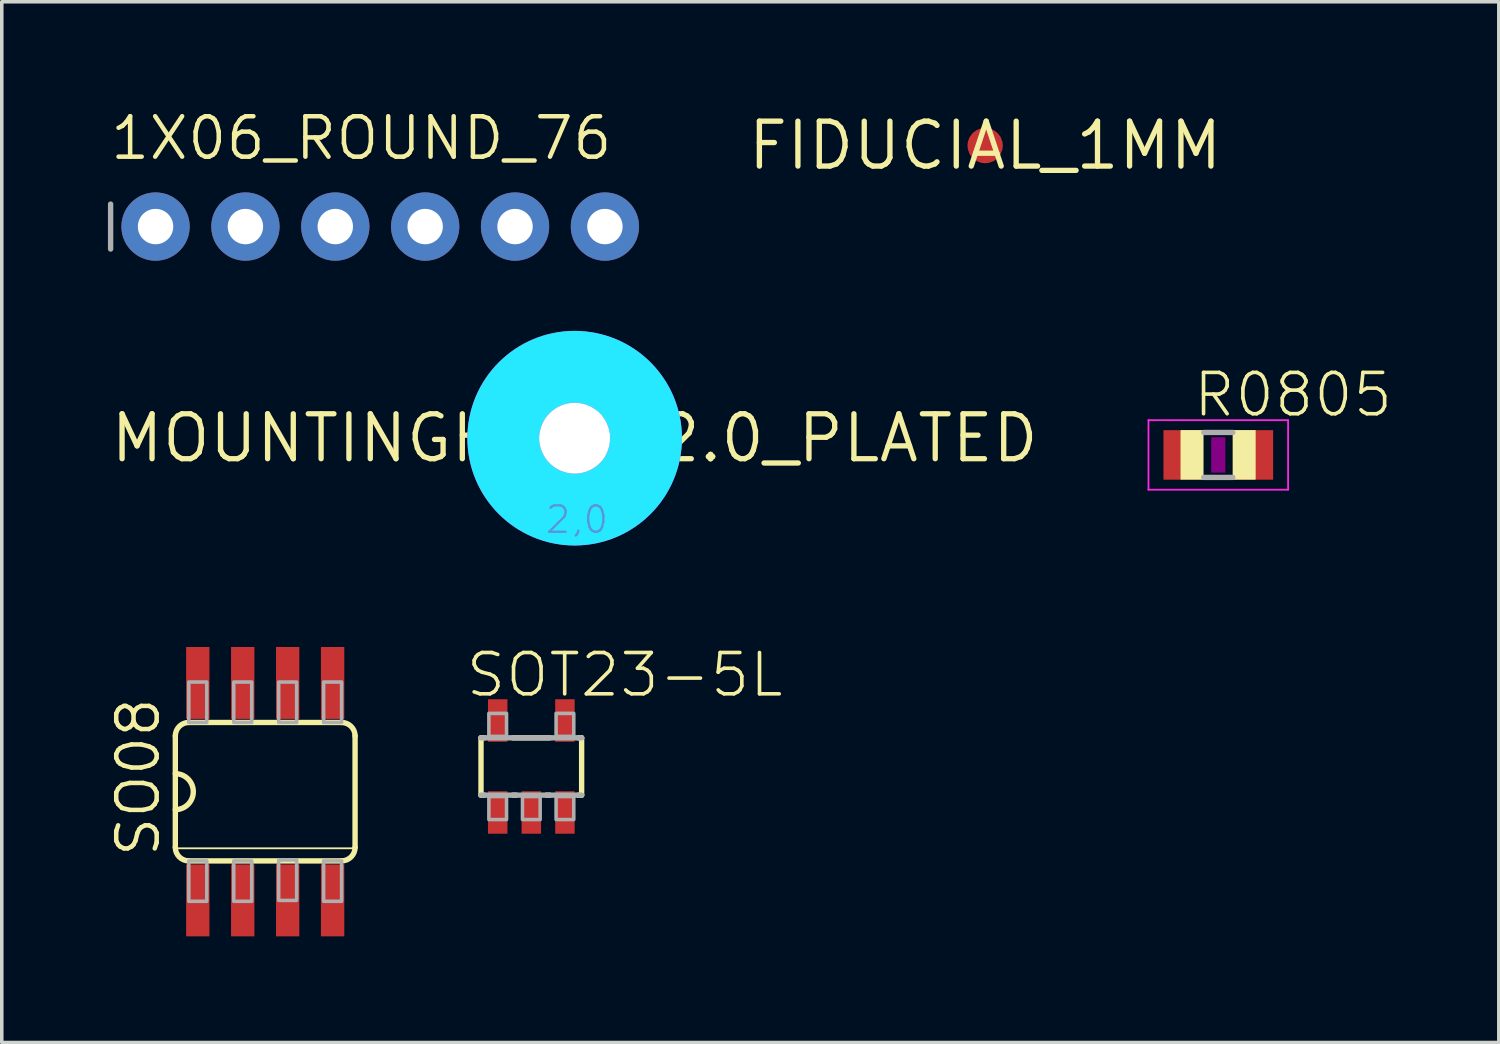
<source format=kicad_pcb>
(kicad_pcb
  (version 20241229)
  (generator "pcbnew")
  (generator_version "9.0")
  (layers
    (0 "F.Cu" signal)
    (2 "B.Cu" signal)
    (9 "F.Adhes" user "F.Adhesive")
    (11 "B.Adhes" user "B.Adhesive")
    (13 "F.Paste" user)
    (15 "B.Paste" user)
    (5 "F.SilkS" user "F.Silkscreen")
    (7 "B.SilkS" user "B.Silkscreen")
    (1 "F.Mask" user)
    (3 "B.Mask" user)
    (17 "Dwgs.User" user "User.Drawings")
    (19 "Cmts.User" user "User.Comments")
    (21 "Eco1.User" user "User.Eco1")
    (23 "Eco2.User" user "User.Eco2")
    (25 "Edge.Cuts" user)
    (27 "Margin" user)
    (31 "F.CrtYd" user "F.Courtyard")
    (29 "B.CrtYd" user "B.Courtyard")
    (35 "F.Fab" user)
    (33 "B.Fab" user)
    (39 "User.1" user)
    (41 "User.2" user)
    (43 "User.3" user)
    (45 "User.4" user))
  (footprint "SO08"
    (layer "F.Cu")
    (at 4.445 19.324)
    (property "Reference" "SO08" (at -2.921 1.905 90) (layer "F.SilkS") (effects (font (size 1.143 1.143) (thickness 0.127)) (justify left bottom)))
    (fp_line (start -2.54 -1.575) (end -2.54 1.575) (stroke (width 0.152) (type solid)) (layer "F.SilkS"))
    (fp_line (start -2.54 1.6) (end 2.54 1.6) (stroke (width 0.051) (type solid)) (layer "F.SilkS"))
    (fp_line (start -2.159 1.956) (end 2.159 1.956) (stroke (width 0.152) (type solid)) (layer "F.SilkS"))
    (fp_line (start 2.159 -1.956) (end -2.159 -1.956) (stroke (width 0.152) (type solid)) (layer "F.SilkS"))
    (fp_line (start 2.54 1.575) (end 2.54 -1.575) (stroke (width 0.152) (type solid)) (layer "F.SilkS"))
    (fp_arc (start -2.54 -1.5748) (mid -2.428408 -1.844208) (end -2.159 -1.9558) (stroke (width 0.1524) (type solid)) (layer "F.SilkS"))
    (fp_arc (start -2.54 -0.508) (mid -2.032 0) (end -2.54 0.508) (stroke (width 0.1524) (type solid)) (layer "F.SilkS"))
    (fp_arc (start -2.159 1.9558) (mid -2.428408 1.844208) (end -2.54 1.5748) (stroke (width 0.1524) (type solid)) (layer "F.SilkS"))
    (fp_arc (start 2.159 -1.9558) (mid 2.428408 -1.844208) (end 2.54 -1.5748) (stroke (width 0.1524) (type solid)) (layer "F.SilkS"))
    (fp_arc (start 2.54 1.5748) (mid 2.428408 1.844208) (end 2.159 1.9558) (stroke (width 0.1524) (type solid)) (layer "F.SilkS"))
    (fp_poly (pts (xy -2.159 -1.956) (xy -1.651 -1.956) (xy -1.651 -3.099) (xy -2.159 -3.099)) (stroke (width 0.1) (type default)) (fill no) (layer "F.Fab"))
    (fp_poly (pts (xy -2.159 3.099) (xy -1.651 3.099) (xy -1.651 1.956) (xy -2.159 1.956)) (stroke (width 0.1) (type default)) (fill no) (layer "F.Fab"))
    (fp_poly (pts (xy -0.889 -1.956) (xy -0.381 -1.956) (xy -0.381 -3.099) (xy -0.889 -3.099)) (stroke (width 0.1) (type default)) (fill no) (layer "F.Fab"))
    (fp_poly (pts (xy -0.889 3.099) (xy -0.381 3.099) (xy -0.381 1.956) (xy -0.889 1.956)) (stroke (width 0.1) (type default)) (fill no) (layer "F.Fab"))
    (fp_poly (pts (xy 0.381 -1.956) (xy 0.889 -1.956) (xy 0.889 -3.099) (xy 0.381 -3.099)) (stroke (width 0.1) (type default)) (fill no) (layer "F.Fab"))
    (fp_poly (pts (xy 0.381 3.073) (xy 0.889 3.073) (xy 0.889 1.93) (xy 0.381 1.93)) (stroke (width 0.1) (type default)) (fill no) (layer "F.Fab"))
    (fp_poly (pts (xy 1.651 -1.956) (xy 2.159 -1.956) (xy 2.159 -3.099) (xy 1.651 -3.099)) (stroke (width 0.1) (type default)) (fill no) (layer "F.Fab"))
    (fp_poly (pts (xy 1.651 3.099) (xy 2.159 3.099) (xy 2.159 1.956) (xy 1.651 1.956)) (stroke (width 0.1) (type default)) (fill no) (layer "F.Fab"))
    (pad "1" smd rect (at -1.905 3.073) (size 0.66 2.032) (layers "F.Cu" "F.Mask" "F.Paste"))
    (pad "2" smd rect (at -0.635 3.073) (size 0.66 2.032) (layers "F.Cu" "F.Mask" "F.Paste"))
    (pad "3" smd rect (at 0.635 3.073) (size 0.66 2.032) (layers "F.Cu" "F.Mask" "F.Paste"))
    (pad "4" smd rect (at 1.905 3.073) (size 0.66 2.032) (layers "F.Cu" "F.Mask" "F.Paste"))
    (pad "5" smd rect (at 1.905 -3.073) (size 0.66 2.032) (layers "F.Cu" "F.Mask" "F.Paste"))
    (pad "6" smd rect (at 0.635 -3.073) (size 0.66 2.032) (layers "F.Cu" "F.Mask" "F.Paste"))
    (pad "7" smd rect (at -0.635 -3.073) (size 0.66 2.032) (layers "F.Cu" "F.Mask" "F.Paste"))
    (pad "8" smd rect (at -1.905 -3.073) (size 0.66 2.032) (layers "F.Cu" "F.Mask" "F.Paste")))
  (footprint "MOUNTINGHOLE_2.0_PLATED"
    (layer "F.Cu")
    (at 13.191 9.334)
    (property "Reference" "MOUNTINGHOLE_2.0_PLATED" (at 0 0 0) (layer "F.SilkS") (effects (font (size 1.27 1.27) (thickness 0.15))))
    (fp_circle (center 0 0) (end 1.75 0) (stroke (width 0.152) (type solid)) (fill no) (layer "F.SilkS"))
    (fp_circle (center 0 0) (end 1 0) (stroke (width 2.032) (type solid)) (fill no) (layer "B.CrtYd"))
    (fp_circle (center 0 0) (end 1 0) (stroke (width 2.032) (type solid)) (fill no) (layer "F.CrtYd"))
    (fp_text user "2,0" (at -0.87 2.74 0) (layer "Cmts.User") (effects (font (size 0.748 0.748) (thickness 0.065)) (justify left bottom)))
    (pad "P$1" thru_hole circle (at 0 0) (size 3 3) (drill 2) (layers "*.Cu" "*.Mask"))
    (zone (net_name "") (layer "F.Cu") (hatch edge 0.5) (connect_pads) (min_thickness 0.25) (filled_areas_thickness no) (keepout (tracks not_allowed) (vias not_allowed) (pads not_allowed) (copperpour not_allowed) (footprints allowed)) (placement (enabled no)) (fill) (polygon (pts (xy 15.207 9.334) (xy 15.187 9.053) (xy 15.129 8.778) (xy 15.033 8.514) (xy 14.901 8.266) (xy 14.735 8.038) (xy 14.54 7.836) (xy 14.318 7.663) (xy 14.075 7.522) (xy 13.814 7.417) (xy 13.541 7.349) (xy 13.261 7.319) (xy 12.98 7.329) (xy 12.703 7.378) (xy 12.436 7.465) (xy 12.183 7.588) (xy 11.95 7.745) (xy 11.741 7.934) (xy 11.56 8.149) (xy 11.411 8.388) (xy 11.297 8.644) (xy 11.219 8.915) (xy 11.18 9.193) (xy 11.18 9.475) (xy 11.219 9.753) (xy 11.297 10.024) (xy 11.411 10.28) (xy 11.56 10.519) (xy 11.741 10.734) (xy 11.95 10.923) (xy 12.183 11.08) (xy 12.436 11.203) (xy 12.703 11.29) (xy 12.98 11.339) (xy 13.261 11.349) (xy 13.541 11.319) (xy 13.814 11.251) (xy 14.075 11.146) (xy 14.318 11.005) (xy 14.54 10.832) (xy 14.735 10.63) (xy 14.901 10.402) (xy 15.033 10.154) (xy 15.129 9.89) (xy 15.187 9.615))) (polygon (pts (xy 13.175 9.334) (xy 13.18 9.345) (xy 13.191 9.35) (xy 13.202 9.345) (xy 13.207 9.334) (xy 13.202 9.323) (xy 13.191 9.318) (xy 13.18 9.323))))
    (zone (net_name "") (layers "F.Cu" "B.Cu") (hatch edge 0.5) (connect_pads) (min_thickness 0.25) (filled_areas_thickness no) (keepout (tracks allowed) (vias not_allowed) (pads allowed) (copperpour allowed) (footprints allowed)) (placement (enabled no)) (fill) (polygon (pts (xy 15.207 9.334) (xy 15.187 9.053) (xy 15.129 8.778) (xy 15.033 8.514) (xy 14.901 8.266) (xy 14.735 8.038) (xy 14.54 7.836) (xy 14.318 7.663) (xy 14.075 7.522) (xy 13.814 7.417) (xy 13.541 7.349) (xy 13.261 7.319) (xy 12.98 7.329) (xy 12.703 7.378) (xy 12.436 7.465) (xy 12.183 7.588) (xy 11.95 7.745) (xy 11.741 7.934) (xy 11.56 8.149) (xy 11.411 8.388) (xy 11.297 8.644) (xy 11.219 8.915) (xy 11.18 9.193) (xy 11.18 9.475) (xy 11.219 9.753) (xy 11.297 10.024) (xy 11.411 10.28) (xy 11.56 10.519) (xy 11.741 10.734) (xy 11.95 10.923) (xy 12.183 11.08) (xy 12.436 11.203) (xy 12.703 11.29) (xy 12.98 11.339) (xy 13.261 11.349) (xy 13.541 11.319) (xy 13.814 11.251) (xy 14.075 11.146) (xy 14.318 11.005) (xy 14.54 10.832) (xy 14.735 10.63) (xy 14.901 10.402) (xy 15.033 10.154) (xy 15.129 9.89) (xy 15.187 9.615))) (polygon (pts (xy 13.175 9.334) (xy 13.18 9.345) (xy 13.191 9.35) (xy 13.202 9.345) (xy 13.207 9.334) (xy 13.202 9.323) (xy 13.191 9.318) (xy 13.18 9.323))))
    (zone (net_name "") (layer "B.Cu") (hatch edge 0.5) (connect_pads) (min_thickness 0.25) (filled_areas_thickness no) (keepout (tracks not_allowed) (vias not_allowed) (pads not_allowed) (copperpour not_allowed) (footprints allowed)) (placement (enabled no)) (fill) (polygon (pts (xy 15.207 9.334) (xy 15.187 9.053) (xy 15.129 8.778) (xy 15.033 8.514) (xy 14.901 8.266) (xy 14.735 8.038) (xy 14.54 7.836) (xy 14.318 7.663) (xy 14.075 7.522) (xy 13.814 7.417) (xy 13.541 7.349) (xy 13.261 7.319) (xy 12.98 7.329) (xy 12.703 7.378) (xy 12.436 7.465) (xy 12.183 7.588) (xy 11.95 7.745) (xy 11.741 7.934) (xy 11.56 8.149) (xy 11.411 8.388) (xy 11.297 8.644) (xy 11.219 8.915) (xy 11.18 9.193) (xy 11.18 9.475) (xy 11.219 9.753) (xy 11.297 10.024) (xy 11.411 10.28) (xy 11.56 10.519) (xy 11.741 10.734) (xy 11.95 10.923) (xy 12.183 11.08) (xy 12.436 11.203) (xy 12.703 11.29) (xy 12.98 11.339) (xy 13.261 11.349) (xy 13.541 11.319) (xy 13.814 11.251) (xy 14.075 11.146) (xy 14.318 11.005) (xy 14.54 10.832) (xy 14.735 10.63) (xy 14.901 10.402) (xy 15.033 10.154) (xy 15.129 9.89) (xy 15.187 9.615))) (polygon (pts (xy 13.175 9.334) (xy 13.18 9.345) (xy 13.191 9.35) (xy 13.202 9.345) (xy 13.207 9.334) (xy 13.202 9.323) (xy 13.191 9.318) (xy 13.18 9.323)))))
  (footprint "R0805"
    (layer "F.Cu")
    (at 31.381 9.807)
    (property "Reference" "R0805" (at -0.762 -1.016 0) (layer "F.SilkS") (effects (font (size 1.168 1.168) (thickness 0.102)) (justify left bottom)))
    (fp_poly (pts (xy -1.067 0.699) (xy -0.417 0.699) (xy -0.417 -0.702) (xy -1.067 -0.702)) (stroke (width 0) (type default)) (fill yes) (layer "F.SilkS"))
    (fp_poly (pts (xy 0.406 0.699) (xy 1.056 0.699) (xy 1.056 -0.702) (xy 0.406 -0.702)) (stroke (width 0) (type default)) (fill yes) (layer "F.SilkS"))
    (fp_poly (pts (xy -0.2 0.5) (xy 0.2 0.5) (xy 0.2 -0.5) (xy -0.2 -0.5)) (stroke (width 0) (type default)) (fill yes) (layer "F.Adhes"))
    (fp_line (start -1.973 -0.983) (end 1.973 -0.983) (stroke (width 0.051) (type solid)) (layer "F.CrtYd"))
    (fp_line (start -1.973 0.983) (end -1.973 -0.983) (stroke (width 0.051) (type solid)) (layer "F.CrtYd"))
    (fp_line (start 1.973 -0.983) (end 1.973 0.983) (stroke (width 0.051) (type solid)) (layer "F.CrtYd"))
    (fp_line (start 1.973 0.983) (end -1.973 0.983) (stroke (width 0.051) (type solid)) (layer "F.CrtYd"))
    (fp_line (start -0.41 -0.635) (end 0.41 -0.635) (stroke (width 0.152) (type solid)) (layer "F.Fab"))
    (fp_line (start -0.41 0.635) (end 0.41 0.635) (stroke (width 0.152) (type solid)) (layer "F.Fab"))
    (pad "1" smd rect (at -1 0) (size 1.1 1.4) (layers "F.Cu" "F.Mask" "F.Paste"))
    (pad "2" smd rect (at 1 0) (size 1.1 1.4) (layers "F.Cu" "F.Mask" "F.Paste")))
  (footprint "SOT23-5L"
    (layer "F.Cu")
    (at 11.966 18.612)
    (property "Reference" "SOT23-5L" (at -1.905 -1.905 0) (layer "F.SilkS") (effects (font (size 1.168 1.168) (thickness 0.102)) (justify left bottom)))
    (fp_line (start -1.422 -0.81) (end -1.328 -0.81) (stroke (width 0.152) (type solid)) (layer "F.SilkS"))
    (fp_line (start -1.422 0.81) (end -1.422 -0.81) (stroke (width 0.152) (type solid)) (layer "F.SilkS"))
    (fp_line (start -1.328 0.81) (end -1.422 0.81) (stroke (width 0.152) (type solid)) (layer "F.SilkS"))
    (fp_line (start -0.522 -0.81) (end 0.522 -0.81) (stroke (width 0.152) (type solid)) (layer "F.SilkS"))
    (fp_line (start -0.428 0.81) (end -0.522 0.81) (stroke (width 0.152) (type solid)) (layer "F.SilkS"))
    (fp_line (start 0.522 0.81) (end 0.428 0.81) (stroke (width 0.152) (type solid)) (layer "F.SilkS"))
    (fp_line (start 1.328 -0.81) (end 1.422 -0.81) (stroke (width 0.152) (type solid)) (layer "F.SilkS"))
    (fp_line (start 1.422 -0.81) (end 1.422 0.81) (stroke (width 0.152) (type solid)) (layer "F.SilkS"))
    (fp_line (start 1.422 0.81) (end 1.328 0.81) (stroke (width 0.152) (type solid)) (layer "F.SilkS"))
    (fp_line (start -1.422 -0.81) (end 1.422 -0.81) (stroke (width 0.152) (type solid)) (layer "F.Fab"))
    (fp_line (start 1.422 0.81) (end -1.422 0.81) (stroke (width 0.152) (type solid)) (layer "F.Fab"))
    (fp_poly (pts (xy -1.2 -0.85) (xy -0.7 -0.85) (xy -0.7 -1.5) (xy -1.2 -1.5)) (stroke (width 0.1) (type default)) (fill no) (layer "F.Fab"))
    (fp_poly (pts (xy -1.2 1.5) (xy -0.7 1.5) (xy -0.7 0.85) (xy -1.2 0.85)) (stroke (width 0.1) (type default)) (fill no) (layer "F.Fab"))
    (fp_poly (pts (xy -0.25 1.5) (xy 0.25 1.5) (xy 0.25 0.85) (xy -0.25 0.85)) (stroke (width 0.1) (type default)) (fill no) (layer "F.Fab"))
    (fp_poly (pts (xy 0.7 -0.85) (xy 1.2 -0.85) (xy 1.2 -1.5) (xy 0.7 -1.5)) (stroke (width 0.1) (type default)) (fill no) (layer "F.Fab"))
    (fp_poly (pts (xy 0.7 1.5) (xy 1.2 1.5) (xy 1.2 0.85) (xy 0.7 0.85)) (stroke (width 0.1) (type default)) (fill no) (layer "F.Fab"))
    (pad "1" smd rect (at -0.95 1.3) (size 0.55 1.2) (layers "F.Cu" "F.Mask" "F.Paste"))
    (pad "2" smd rect (at 0 1.3) (size 0.55 1.2) (layers "F.Cu" "F.Mask" "F.Paste"))
    (pad "3" smd rect (at 0.95 1.3) (size 0.55 1.2) (layers "F.Cu" "F.Mask" "F.Paste"))
    (pad "4" smd rect (at 0.95 -1.3) (size 0.55 1.2) (layers "F.Cu" "F.Mask" "F.Paste"))
    (pad "5" smd rect (at -0.95 -1.3) (size 0.55 1.2) (layers "F.Cu" "F.Mask" "F.Paste")))
  (footprint "1X06_ROUND_76"
    (layer "F.Cu")
    (at 7.696 3.353)
    (property "Reference" "1X06_ROUND_76" (at -7.696 -1.829 0) (layer "F.SilkS") (effects (font (size 1.143 1.143) (thickness 0.127)) (justify left bottom)))
    (fp_line (start -7.62 -0.635) (end -7.62 0.635) (stroke (width 0.152) (type solid)) (layer "F.Fab"))
    (fp_poly (pts (xy -6.604 0.254) (xy -6.096 0.254) (xy -6.096 -0.254) (xy -6.604 -0.254)) (stroke (width 0.1) (type default)) (fill no) (layer "F.Fab"))
    (fp_poly (pts (xy -4.064 0.254) (xy -3.556 0.254) (xy -3.556 -0.254) (xy -4.064 -0.254)) (stroke (width 0.1) (type default)) (fill no) (layer "F.Fab"))
    (fp_poly (pts (xy -1.524 0.254) (xy -1.016 0.254) (xy -1.016 -0.254) (xy -1.524 -0.254)) (stroke (width 0.1) (type default)) (fill no) (layer "F.Fab"))
    (fp_poly (pts (xy 1.016 0.254) (xy 1.524 0.254) (xy 1.524 -0.254) (xy 1.016 -0.254)) (stroke (width 0.1) (type default)) (fill no) (layer "F.Fab"))
    (fp_poly (pts (xy 3.556 0.254) (xy 4.064 0.254) (xy 4.064 -0.254) (xy 3.556 -0.254)) (stroke (width 0.1) (type default)) (fill no) (layer "F.Fab"))
    (fp_poly (pts (xy 6.096 0.254) (xy 6.604 0.254) (xy 6.604 -0.254) (xy 6.096 -0.254)) (stroke (width 0.1) (type default)) (fill no) (layer "F.Fab"))
    (pad "1" thru_hole circle (at -6.35 0 90) (size 1.93 1.93) (drill 1) (layers "*.Cu" "*.Mask"))
    (pad "2" thru_hole circle (at -3.81 0 90) (size 1.93 1.93) (drill 1) (layers "*.Cu" "*.Mask"))
    (pad "3" thru_hole circle (at -1.27 0 90) (size 1.93 1.93) (drill 1) (layers "*.Cu" "*.Mask"))
    (pad "4" thru_hole circle (at 1.27 0 90) (size 1.93 1.93) (drill 1) (layers "*.Cu" "*.Mask"))
    (pad "5" thru_hole circle (at 3.81 0 90) (size 1.93 1.93) (drill 1) (layers "*.Cu" "*.Mask"))
    (pad "6" thru_hole circle (at 6.35 0 90) (size 1.93 1.93) (drill 1) (layers "*.Cu" "*.Mask")))
  (footprint "FIDUCIAL_1MM"
    (layer "F.Cu")
    (at 24.792 1.064)
    (property "Reference" "FIDUCIAL_1MM" (at 0 0 0) (layer "F.SilkS") (effects (font (size 1.27 1.27) (thickness 0.15))))
    (fp_poly (pts (xy 0.404 -0.984) (xy 0.591 -0.885) (xy 0.752 -0.752) (xy 0.885 -0.591) (xy 0.983 -0.407) (xy 1.043 -0.208) (xy 1.064 0.003) (xy 0.984 0.404) (xy 0.885 0.591) (xy 0.752 0.752) (xy 0.591 0.885) (xy 0.407 0.983) (xy 0.208 1.043) (xy -0.003 1.064) (xy -0.404 0.984) (xy -0.591 0.885) (xy -0.752 0.752) (xy -0.885 0.591) (xy -0.983 0.407) (xy -1.043 0.208) (xy -1.064 -0.003) (xy -0.984 -0.404) (xy -0.885 -0.591) (xy -0.752 -0.752) (xy -0.591 -0.885) (xy -0.407 -0.983) (xy -0.208 -1.043) (xy 0.003 -1.064)) (stroke (width 0) (type default)) (fill yes) (layer "F.Mask"))
    (pad "1" smd roundrect (at 0 0) (size 1 1) (layers "F.Cu") (roundrect_rratio 0.5))
    (zone (net_name "") (layer "F.Cu") (hatch edge 0.5) (connect_pads) (min_thickness 0.25) (filled_areas_thickness no) (keepout (tracks not_allowed) (vias not_allowed) (pads not_allowed) (copperpour not_allowed) (footprints allowed)) (placement (enabled no)) (fill) (polygon (pts (xy 23.792 1.064) (xy 23.811 1.259) (xy 23.868 1.447) (xy 23.961 1.62) (xy 24.085 1.771) (xy 24.236 1.896) (xy 24.409 1.988) (xy 24.792 2.064) (xy 24.987 2.045) (xy 25.175 1.988) (xy 25.348 1.896) (xy 25.499 1.771) (xy 25.623 1.62) (xy 25.716 1.447) (xy 25.792 1.064) (xy 25.773 0.869) (xy 25.716 0.681) (xy 25.623 0.509) (xy 25.499 0.357) (xy 25.348 0.233) (xy 25.175 0.14) (xy 24.792 0.064) (xy 24.597 0.083) (xy 24.409 0.14) (xy 24.236 0.233) (xy 24.085 0.357) (xy 23.961 0.509) (xy 23.868 0.681)))))
  (gr_rect
    (start -3 -3)
    (end 39.309 26.413)
    (stroke (width 0.1) (type default))
    (fill no)
    (layer "Edge.Cuts")))
</source>
